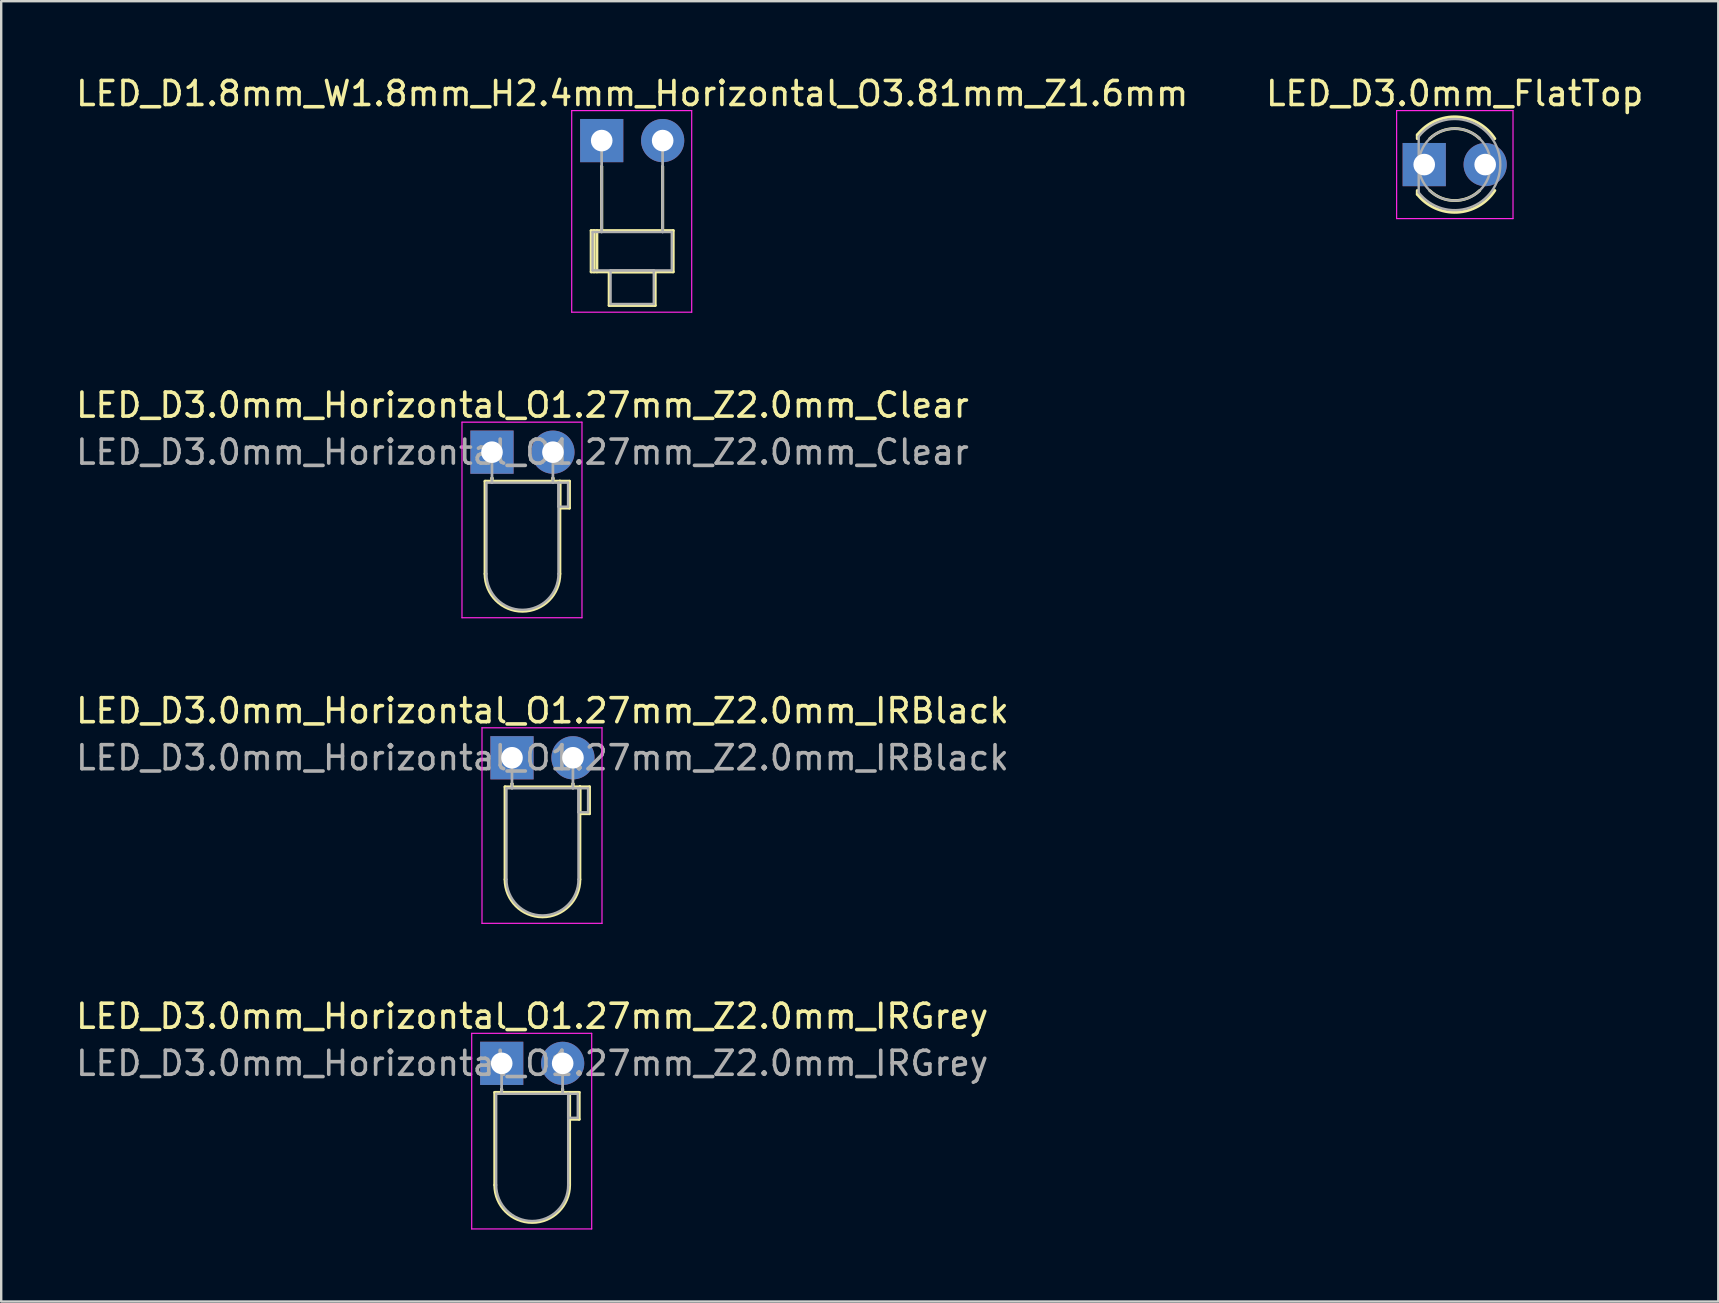
<source format=kicad_pcb>
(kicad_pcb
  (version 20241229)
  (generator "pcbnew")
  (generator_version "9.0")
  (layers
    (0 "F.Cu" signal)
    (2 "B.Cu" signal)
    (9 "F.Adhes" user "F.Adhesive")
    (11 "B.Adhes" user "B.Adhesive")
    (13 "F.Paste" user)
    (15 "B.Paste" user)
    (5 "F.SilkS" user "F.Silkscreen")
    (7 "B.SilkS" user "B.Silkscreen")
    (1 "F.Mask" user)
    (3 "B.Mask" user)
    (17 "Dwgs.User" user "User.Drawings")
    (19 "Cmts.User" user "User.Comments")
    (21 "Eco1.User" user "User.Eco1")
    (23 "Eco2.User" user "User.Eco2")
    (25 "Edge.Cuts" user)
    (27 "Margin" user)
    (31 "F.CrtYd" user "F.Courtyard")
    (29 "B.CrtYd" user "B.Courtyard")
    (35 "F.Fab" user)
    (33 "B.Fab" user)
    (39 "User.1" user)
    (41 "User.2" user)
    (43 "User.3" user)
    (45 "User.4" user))
  (footprint "LED_D1.8mm_W1.8mm_H2.4mm_Horizontal_O3.81mm_Z1.6mm"
    (layer "F.Cu")
    (at 22.022 2.808)
    (property "Reference" "LED_D1.8mm_W1.8mm_H2.4mm_Horizontal_O3.81mm_Z1.6mm" (at 1.27 -1.96 0) (layer "F.SilkS") (effects (font (size 1 1) (thickness 0.15))))
    (attr through_hole)
    (fp_line (start -0.44 3.75) (end -0.44 5.47) (stroke (width 0.12) (type solid)) (layer "F.SilkS"))
    (fp_line (start -0.44 5.47) (end 2.98 5.47) (stroke (width 0.12) (type solid)) (layer "F.SilkS"))
    (fp_line (start -0.32 3.75) (end -0.32 5.47) (stroke (width 0.12) (type solid)) (layer "F.SilkS"))
    (fp_line (start -0.2 3.75) (end -0.2 5.47) (stroke (width 0.12) (type solid)) (layer "F.SilkS"))
    (fp_line (start 0 1.08) (end 0 1.08) (stroke (width 0.12) (type solid)) (layer "F.SilkS"))
    (fp_line (start 0 1.08) (end 0 3.75) (stroke (width 0.12) (type solid)) (layer "F.SilkS"))
    (fp_line (start 0 3.75) (end 0 1.08) (stroke (width 0.12) (type solid)) (layer "F.SilkS"))
    (fp_line (start 0 3.75) (end 0 3.75) (stroke (width 0.12) (type solid)) (layer "F.SilkS"))
    (fp_line (start 0.31 5.47) (end 0.31 6.87) (stroke (width 0.12) (type solid)) (layer "F.SilkS"))
    (fp_line (start 0.31 6.87) (end 2.23 6.87) (stroke (width 0.12) (type solid)) (layer "F.SilkS"))
    (fp_line (start 2.23 5.47) (end 0.31 5.47) (stroke (width 0.12) (type solid)) (layer "F.SilkS"))
    (fp_line (start 2.23 6.87) (end 2.23 5.47) (stroke (width 0.12) (type solid)) (layer "F.SilkS"))
    (fp_line (start 2.54 1.08) (end 2.54 1.08) (stroke (width 0.12) (type solid)) (layer "F.SilkS"))
    (fp_line (start 2.54 1.08) (end 2.54 3.75) (stroke (width 0.12) (type solid)) (layer "F.SilkS"))
    (fp_line (start 2.54 3.75) (end 2.54 1.08) (stroke (width 0.12) (type solid)) (layer "F.SilkS"))
    (fp_line (start 2.54 3.75) (end 2.54 3.75) (stroke (width 0.12) (type solid)) (layer "F.SilkS"))
    (fp_line (start 2.98 3.75) (end -0.44 3.75) (stroke (width 0.12) (type solid)) (layer "F.SilkS"))
    (fp_line (start 2.98 5.47) (end 2.98 3.75) (stroke (width 0.12) (type solid)) (layer "F.SilkS"))
    (fp_line (start -1.25 -1.25) (end -1.25 7.15) (stroke (width 0.05) (type solid)) (layer "F.CrtYd"))
    (fp_line (start -1.25 7.15) (end 3.75 7.15) (stroke (width 0.05) (type solid)) (layer "F.CrtYd"))
    (fp_line (start 3.75 -1.25) (end -1.25 -1.25) (stroke (width 0.05) (type solid)) (layer "F.CrtYd"))
    (fp_line (start 3.75 7.15) (end 3.75 -1.25) (stroke (width 0.05) (type solid)) (layer "F.CrtYd"))
    (fp_line (start -0.38 3.81) (end -0.38 5.41) (stroke (width 0.1) (type solid)) (layer "F.Fab"))
    (fp_line (start -0.38 5.41) (end 2.92 5.41) (stroke (width 0.1) (type solid)) (layer "F.Fab"))
    (fp_line (start 0 0) (end 0 0) (stroke (width 0.1) (type solid)) (layer "F.Fab"))
    (fp_line (start 0 0) (end 0 3.81) (stroke (width 0.1) (type solid)) (layer "F.Fab"))
    (fp_line (start 0 3.81) (end 0 0) (stroke (width 0.1) (type solid)) (layer "F.Fab"))
    (fp_line (start 0 3.81) (end 0 3.81) (stroke (width 0.1) (type solid)) (layer "F.Fab"))
    (fp_line (start 0.37 5.41) (end 0.37 6.81) (stroke (width 0.1) (type solid)) (layer "F.Fab"))
    (fp_line (start 0.37 6.81) (end 2.17 6.81) (stroke (width 0.1) (type solid)) (layer "F.Fab"))
    (fp_line (start 2.17 5.41) (end 0.37 5.41) (stroke (width 0.1) (type solid)) (layer "F.Fab"))
    (fp_line (start 2.17 6.81) (end 2.17 5.41) (stroke (width 0.1) (type solid)) (layer "F.Fab"))
    (fp_line (start 2.54 0) (end 2.54 0) (stroke (width 0.1) (type solid)) (layer "F.Fab"))
    (fp_line (start 2.54 0) (end 2.54 3.81) (stroke (width 0.1) (type solid)) (layer "F.Fab"))
    (fp_line (start 2.54 3.81) (end 2.54 0) (stroke (width 0.1) (type solid)) (layer "F.Fab"))
    (fp_line (start 2.54 3.81) (end 2.54 3.81) (stroke (width 0.1) (type solid)) (layer "F.Fab"))
    (fp_line (start 2.92 3.81) (end -0.38 3.81) (stroke (width 0.1) (type solid)) (layer "F.Fab"))
    (fp_line (start 2.92 5.41) (end 2.92 3.81) (stroke (width 0.1) (type solid)) (layer "F.Fab"))
    (pad "1" thru_hole rect (at 0 0) (size 1.8 1.8) (drill 0.9) (layers "*.Cu" "*.Mask"))
    (pad "2" thru_hole circle (at 2.54 0) (size 1.8 1.8) (drill 0.9) (layers "*.Cu" "*.Mask")))
  (footprint "LED_D3.0mm_Horizontal_O1.27mm_Z2.0mm_Clear"
    (layer "F.Cu")
    (at 17.45 15.791)
    (property "Reference" "LED_D3.0mm_Horizontal_O1.27mm_Z2.0mm_Clear" (at 1.27 -1.96 0) (layer "F.SilkS") (effects (font (size 1 1) (thickness 0.15))))
    (attr through_hole)
    (fp_line (start -0.29 1.21) (end -0.29 5.07) (stroke (width 0.12) (type solid)) (layer "F.SilkS"))
    (fp_line (start -0.29 1.21) (end 2.83 1.21) (stroke (width 0.12) (type solid)) (layer "F.SilkS"))
    (fp_line (start 0 1.08) (end 0 1.08) (stroke (width 0.12) (type solid)) (layer "F.SilkS"))
    (fp_line (start 0 1.08) (end 0 1.21) (stroke (width 0.12) (type solid)) (layer "F.SilkS"))
    (fp_line (start 0 1.21) (end 0 1.08) (stroke (width 0.12) (type solid)) (layer "F.SilkS"))
    (fp_line (start 0 1.21) (end 0 1.21) (stroke (width 0.12) (type solid)) (layer "F.SilkS"))
    (fp_line (start 2.54 1.08) (end 2.54 1.08) (stroke (width 0.12) (type solid)) (layer "F.SilkS"))
    (fp_line (start 2.54 1.08) (end 2.54 1.21) (stroke (width 0.12) (type solid)) (layer "F.SilkS"))
    (fp_line (start 2.54 1.21) (end 2.54 1.08) (stroke (width 0.12) (type solid)) (layer "F.SilkS"))
    (fp_line (start 2.54 1.21) (end 2.54 1.21) (stroke (width 0.12) (type solid)) (layer "F.SilkS"))
    (fp_line (start 2.83 1.21) (end 2.83 5.07) (stroke (width 0.12) (type solid)) (layer "F.SilkS"))
    (fp_line (start 2.83 1.21) (end 3.23 1.21) (stroke (width 0.12) (type solid)) (layer "F.SilkS"))
    (fp_line (start 2.83 2.33) (end 2.83 1.21) (stroke (width 0.12) (type solid)) (layer "F.SilkS"))
    (fp_line (start 3.23 1.21) (end 3.23 2.33) (stroke (width 0.12) (type solid)) (layer "F.SilkS"))
    (fp_line (start 3.23 2.33) (end 2.83 2.33) (stroke (width 0.12) (type solid)) (layer "F.SilkS"))
    (fp_arc (start 2.83 5.07) (mid 1.27 6.63) (end -0.29 5.07) (stroke (width 0.12) (type solid)) (layer "F.SilkS"))
    (fp_line (start -1.25 -1.25) (end -1.25 6.9) (stroke (width 0.05) (type solid)) (layer "F.CrtYd"))
    (fp_line (start -1.25 6.9) (end 3.75 6.9) (stroke (width 0.05) (type solid)) (layer "F.CrtYd"))
    (fp_line (start 3.75 -1.25) (end -1.25 -1.25) (stroke (width 0.05) (type solid)) (layer "F.CrtYd"))
    (fp_line (start 3.75 6.9) (end 3.75 -1.25) (stroke (width 0.05) (type solid)) (layer "F.CrtYd"))
    (fp_line (start -0.23 1.27) (end -0.23 5.07) (stroke (width 0.1) (type solid)) (layer "F.Fab"))
    (fp_line (start -0.23 1.27) (end 2.77 1.27) (stroke (width 0.1) (type solid)) (layer "F.Fab"))
    (fp_line (start 0 0) (end 0 0) (stroke (width 0.1) (type solid)) (layer "F.Fab"))
    (fp_line (start 0 0) (end 0 1.27) (stroke (width 0.1) (type solid)) (layer "F.Fab"))
    (fp_line (start 0 1.27) (end 0 0) (stroke (width 0.1) (type solid)) (layer "F.Fab"))
    (fp_line (start 0 1.27) (end 0 1.27) (stroke (width 0.1) (type solid)) (layer "F.Fab"))
    (fp_line (start 2.54 0) (end 2.54 0) (stroke (width 0.1) (type solid)) (layer "F.Fab"))
    (fp_line (start 2.54 0) (end 2.54 1.27) (stroke (width 0.1) (type solid)) (layer "F.Fab"))
    (fp_line (start 2.54 1.27) (end 2.54 0) (stroke (width 0.1) (type solid)) (layer "F.Fab"))
    (fp_line (start 2.54 1.27) (end 2.54 1.27) (stroke (width 0.1) (type solid)) (layer "F.Fab"))
    (fp_line (start 2.77 1.27) (end 2.77 5.07) (stroke (width 0.1) (type solid)) (layer "F.Fab"))
    (fp_line (start 2.77 1.27) (end 3.17 1.27) (stroke (width 0.1) (type solid)) (layer "F.Fab"))
    (fp_line (start 2.77 2.27) (end 2.77 1.27) (stroke (width 0.1) (type solid)) (layer "F.Fab"))
    (fp_line (start 3.17 1.27) (end 3.17 2.27) (stroke (width 0.1) (type solid)) (layer "F.Fab"))
    (fp_line (start 3.17 2.27) (end 2.77 2.27) (stroke (width 0.1) (type solid)) (layer "F.Fab"))
    (fp_arc (start 2.77 5.07) (mid 1.27 6.57) (end -0.23 5.07) (stroke (width 0.1) (type solid)) (layer "F.Fab"))
    (fp_text user "${REFERENCE}" (at 1.27 0 0) (layer "F.Fab") (effects (font (size 1 1) (thickness 0.15))))
    (pad "1" thru_hole rect (at 0 0) (size 1.8 1.8) (drill 0.9) (layers "*.Cu" "*.Mask"))
    (pad "2" thru_hole circle (at 2.54 0) (size 1.8 1.8) (drill 0.9) (layers "*.Cu" "*.Mask")))
  (footprint "LED_D3.0mm_Horizontal_O1.27mm_Z2.0mm_IRBlack"
    (layer "F.Cu")
    (at 18.284 28.525)
    (property "Reference" "LED_D3.0mm_Horizontal_O1.27mm_Z2.0mm_IRBlack" (at 1.27 -1.96 0) (layer "F.SilkS") (effects (font (size 1 1) (thickness 0.15))))
    (attr through_hole)
    (fp_line (start -0.29 1.21) (end -0.29 5.07) (stroke (width 0.12) (type solid)) (layer "F.SilkS"))
    (fp_line (start -0.29 1.21) (end 2.83 1.21) (stroke (width 0.12) (type solid)) (layer "F.SilkS"))
    (fp_line (start 0 1.08) (end 0 1.08) (stroke (width 0.12) (type solid)) (layer "F.SilkS"))
    (fp_line (start 0 1.08) (end 0 1.21) (stroke (width 0.12) (type solid)) (layer "F.SilkS"))
    (fp_line (start 0 1.21) (end 0 1.08) (stroke (width 0.12) (type solid)) (layer "F.SilkS"))
    (fp_line (start 0 1.21) (end 0 1.21) (stroke (width 0.12) (type solid)) (layer "F.SilkS"))
    (fp_line (start 2.54 1.08) (end 2.54 1.08) (stroke (width 0.12) (type solid)) (layer "F.SilkS"))
    (fp_line (start 2.54 1.08) (end 2.54 1.21) (stroke (width 0.12) (type solid)) (layer "F.SilkS"))
    (fp_line (start 2.54 1.21) (end 2.54 1.08) (stroke (width 0.12) (type solid)) (layer "F.SilkS"))
    (fp_line (start 2.54 1.21) (end 2.54 1.21) (stroke (width 0.12) (type solid)) (layer "F.SilkS"))
    (fp_line (start 2.83 1.21) (end 2.83 5.07) (stroke (width 0.12) (type solid)) (layer "F.SilkS"))
    (fp_line (start 2.83 1.21) (end 3.23 1.21) (stroke (width 0.12) (type solid)) (layer "F.SilkS"))
    (fp_line (start 2.83 2.33) (end 2.83 1.21) (stroke (width 0.12) (type solid)) (layer "F.SilkS"))
    (fp_line (start 3.23 1.21) (end 3.23 2.33) (stroke (width 0.12) (type solid)) (layer "F.SilkS"))
    (fp_line (start 3.23 2.33) (end 2.83 2.33) (stroke (width 0.12) (type solid)) (layer "F.SilkS"))
    (fp_arc (start 2.83 5.07) (mid 1.27 6.63) (end -0.29 5.07) (stroke (width 0.12) (type solid)) (layer "F.SilkS"))
    (fp_line (start -1.25 -1.25) (end -1.25 6.9) (stroke (width 0.05) (type solid)) (layer "F.CrtYd"))
    (fp_line (start -1.25 6.9) (end 3.75 6.9) (stroke (width 0.05) (type solid)) (layer "F.CrtYd"))
    (fp_line (start 3.75 -1.25) (end -1.25 -1.25) (stroke (width 0.05) (type solid)) (layer "F.CrtYd"))
    (fp_line (start 3.75 6.9) (end 3.75 -1.25) (stroke (width 0.05) (type solid)) (layer "F.CrtYd"))
    (fp_line (start -0.23 1.27) (end -0.23 5.07) (stroke (width 0.1) (type solid)) (layer "F.Fab"))
    (fp_line (start -0.23 1.27) (end 2.77 1.27) (stroke (width 0.1) (type solid)) (layer "F.Fab"))
    (fp_line (start 0 0) (end 0 0) (stroke (width 0.1) (type solid)) (layer "F.Fab"))
    (fp_line (start 0 0) (end 0 1.27) (stroke (width 0.1) (type solid)) (layer "F.Fab"))
    (fp_line (start 0 1.27) (end 0 0) (stroke (width 0.1) (type solid)) (layer "F.Fab"))
    (fp_line (start 0 1.27) (end 0 1.27) (stroke (width 0.1) (type solid)) (layer "F.Fab"))
    (fp_line (start 2.54 0) (end 2.54 0) (stroke (width 0.1) (type solid)) (layer "F.Fab"))
    (fp_line (start 2.54 0) (end 2.54 1.27) (stroke (width 0.1) (type solid)) (layer "F.Fab"))
    (fp_line (start 2.54 1.27) (end 2.54 0) (stroke (width 0.1) (type solid)) (layer "F.Fab"))
    (fp_line (start 2.54 1.27) (end 2.54 1.27) (stroke (width 0.1) (type solid)) (layer "F.Fab"))
    (fp_line (start 2.77 1.27) (end 2.77 5.07) (stroke (width 0.1) (type solid)) (layer "F.Fab"))
    (fp_line (start 2.77 1.27) (end 3.17 1.27) (stroke (width 0.1) (type solid)) (layer "F.Fab"))
    (fp_line (start 2.77 2.27) (end 2.77 1.27) (stroke (width 0.1) (type solid)) (layer "F.Fab"))
    (fp_line (start 3.17 1.27) (end 3.17 2.27) (stroke (width 0.1) (type solid)) (layer "F.Fab"))
    (fp_line (start 3.17 2.27) (end 2.77 2.27) (stroke (width 0.1) (type solid)) (layer "F.Fab"))
    (fp_arc (start 2.77 5.07) (mid 1.27 6.57) (end -0.23 5.07) (stroke (width 0.1) (type solid)) (layer "F.Fab"))
    (fp_text user "${REFERENCE}" (at 1.27 0 0) (layer "F.Fab") (effects (font (size 1 1) (thickness 0.15))))
    (pad "1" thru_hole rect (at 0 0) (size 1.8 1.8) (drill 0.9) (layers "*.Cu" "*.Mask"))
    (pad "2" thru_hole circle (at 2.54 0) (size 1.8 1.8) (drill 0.9) (layers "*.Cu" "*.Mask")))
  (footprint "LED_D3.0mm_Horizontal_O1.27mm_Z2.0mm_IRGrey"
    (layer "F.Cu")
    (at 17.855 41.258)
    (property "Reference" "LED_D3.0mm_Horizontal_O1.27mm_Z2.0mm_IRGrey" (at 1.27 -1.96 0) (layer "F.SilkS") (effects (font (size 1 1) (thickness 0.15))))
    (attr through_hole)
    (fp_line (start -0.29 1.21) (end -0.29 5.07) (stroke (width 0.12) (type solid)) (layer "F.SilkS"))
    (fp_line (start -0.29 1.21) (end 2.83 1.21) (stroke (width 0.12) (type solid)) (layer "F.SilkS"))
    (fp_line (start 0 1.08) (end 0 1.08) (stroke (width 0.12) (type solid)) (layer "F.SilkS"))
    (fp_line (start 0 1.08) (end 0 1.21) (stroke (width 0.12) (type solid)) (layer "F.SilkS"))
    (fp_line (start 0 1.21) (end 0 1.08) (stroke (width 0.12) (type solid)) (layer "F.SilkS"))
    (fp_line (start 0 1.21) (end 0 1.21) (stroke (width 0.12) (type solid)) (layer "F.SilkS"))
    (fp_line (start 2.54 1.08) (end 2.54 1.08) (stroke (width 0.12) (type solid)) (layer "F.SilkS"))
    (fp_line (start 2.54 1.08) (end 2.54 1.21) (stroke (width 0.12) (type solid)) (layer "F.SilkS"))
    (fp_line (start 2.54 1.21) (end 2.54 1.08) (stroke (width 0.12) (type solid)) (layer "F.SilkS"))
    (fp_line (start 2.54 1.21) (end 2.54 1.21) (stroke (width 0.12) (type solid)) (layer "F.SilkS"))
    (fp_line (start 2.83 1.21) (end 2.83 5.07) (stroke (width 0.12) (type solid)) (layer "F.SilkS"))
    (fp_line (start 2.83 1.21) (end 3.23 1.21) (stroke (width 0.12) (type solid)) (layer "F.SilkS"))
    (fp_line (start 2.83 2.33) (end 2.83 1.21) (stroke (width 0.12) (type solid)) (layer "F.SilkS"))
    (fp_line (start 3.23 1.21) (end 3.23 2.33) (stroke (width 0.12) (type solid)) (layer "F.SilkS"))
    (fp_line (start 3.23 2.33) (end 2.83 2.33) (stroke (width 0.12) (type solid)) (layer "F.SilkS"))
    (fp_arc (start 2.83 5.07) (mid 1.27 6.63) (end -0.29 5.07) (stroke (width 0.12) (type solid)) (layer "F.SilkS"))
    (fp_line (start -1.25 -1.25) (end -1.25 6.9) (stroke (width 0.05) (type solid)) (layer "F.CrtYd"))
    (fp_line (start -1.25 6.9) (end 3.75 6.9) (stroke (width 0.05) (type solid)) (layer "F.CrtYd"))
    (fp_line (start 3.75 -1.25) (end -1.25 -1.25) (stroke (width 0.05) (type solid)) (layer "F.CrtYd"))
    (fp_line (start 3.75 6.9) (end 3.75 -1.25) (stroke (width 0.05) (type solid)) (layer "F.CrtYd"))
    (fp_line (start -0.23 1.27) (end -0.23 5.07) (stroke (width 0.1) (type solid)) (layer "F.Fab"))
    (fp_line (start -0.23 1.27) (end 2.77 1.27) (stroke (width 0.1) (type solid)) (layer "F.Fab"))
    (fp_line (start 0 0) (end 0 0) (stroke (width 0.1) (type solid)) (layer "F.Fab"))
    (fp_line (start 0 0) (end 0 1.27) (stroke (width 0.1) (type solid)) (layer "F.Fab"))
    (fp_line (start 0 1.27) (end 0 0) (stroke (width 0.1) (type solid)) (layer "F.Fab"))
    (fp_line (start 0 1.27) (end 0 1.27) (stroke (width 0.1) (type solid)) (layer "F.Fab"))
    (fp_line (start 2.54 0) (end 2.54 0) (stroke (width 0.1) (type solid)) (layer "F.Fab"))
    (fp_line (start 2.54 0) (end 2.54 1.27) (stroke (width 0.1) (type solid)) (layer "F.Fab"))
    (fp_line (start 2.54 1.27) (end 2.54 0) (stroke (width 0.1) (type solid)) (layer "F.Fab"))
    (fp_line (start 2.54 1.27) (end 2.54 1.27) (stroke (width 0.1) (type solid)) (layer "F.Fab"))
    (fp_line (start 2.77 1.27) (end 2.77 5.07) (stroke (width 0.1) (type solid)) (layer "F.Fab"))
    (fp_line (start 2.77 1.27) (end 3.17 1.27) (stroke (width 0.1) (type solid)) (layer "F.Fab"))
    (fp_line (start 2.77 2.27) (end 2.77 1.27) (stroke (width 0.1) (type solid)) (layer "F.Fab"))
    (fp_line (start 3.17 1.27) (end 3.17 2.27) (stroke (width 0.1) (type solid)) (layer "F.Fab"))
    (fp_line (start 3.17 2.27) (end 2.77 2.27) (stroke (width 0.1) (type solid)) (layer "F.Fab"))
    (fp_arc (start 2.77 5.07) (mid 1.27 6.57) (end -0.23 5.07) (stroke (width 0.1) (type solid)) (layer "F.Fab"))
    (fp_text user "${REFERENCE}" (at 1.27 0 0) (layer "F.Fab") (effects (font (size 1 1) (thickness 0.15))))
    (pad "1" thru_hole rect (at 0 0) (size 1.8 1.8) (drill 0.9) (layers "*.Cu" "*.Mask"))
    (pad "2" thru_hole circle (at 2.54 0) (size 1.8 1.8) (drill 0.9) (layers "*.Cu" "*.Mask")))
  (footprint "LED_D3.0mm_FlatTop"
    (layer "F.Cu")
    (at 56.295 3.808)
    (property "Reference" "LED_D3.0mm_FlatTop" (at 1.27 -2.96 0) (layer "F.SilkS") (effects (font (size 1 1) (thickness 0.15))))
    (attr through_hole)
    (fp_line (start -0.29 -1.236) (end -0.29 -1.08) (stroke (width 0.12) (type solid)) (layer "F.SilkS"))
    (fp_line (start -0.29 1.08) (end -0.29 1.236) (stroke (width 0.12) (type solid)) (layer "F.SilkS"))
    (fp_arc (start -0.29 -1.235516) (mid 1.366487 -1.987659) (end 2.942335 -1.078608) (stroke (width 0.12) (type solid)) (layer "F.SilkS"))
    (fp_arc (start 0.229039 -1.08) (mid 1.270117 -1.5) (end 2.31113 -1.079837) (stroke (width 0.12) (type solid)) (layer "F.SilkS"))
    (fp_arc (start 2.31113 1.079837) (mid 1.270117 1.5) (end 0.229039 1.08) (stroke (width 0.12) (type solid)) (layer "F.SilkS"))
    (fp_arc (start 2.942335 1.078608) (mid 1.366487 1.987659) (end -0.29 1.235516) (stroke (width 0.12) (type solid)) (layer "F.SilkS"))
    (fp_line (start -1.15 -2.25) (end -1.15 2.25) (stroke (width 0.05) (type solid)) (layer "F.CrtYd"))
    (fp_line (start -1.15 2.25) (end 3.7 2.25) (stroke (width 0.05) (type solid)) (layer "F.CrtYd"))
    (fp_line (start 3.7 -2.25) (end -1.15 -2.25) (stroke (width 0.05) (type solid)) (layer "F.CrtYd"))
    (fp_line (start 3.7 2.25) (end 3.7 -2.25) (stroke (width 0.05) (type solid)) (layer "F.CrtYd"))
    (fp_line (start -0.23 -1.166) (end -0.23 1.166) (stroke (width 0.1) (type solid)) (layer "F.Fab"))
    (fp_arc (start -0.23 -1.16619) (mid 3.17 0.000452) (end -0.230555 1.165476) (stroke (width 0.1) (type solid)) (layer "F.Fab"))
    (fp_circle (center 1.27 0) (end 2.77 0) (stroke (width 0.1) (type solid)) (fill no) (layer "F.Fab"))
    (pad "1" thru_hole rect (at 0 0) (size 1.8 1.8) (drill 0.9) (layers "*.Cu" "*.Mask"))
    (pad "2" thru_hole circle (at 2.54 0) (size 1.8 1.8) (drill 0.9) (layers "*.Cu" "*.Mask")))
  (gr_rect
    (start -3 -3)
    (end 68.548 51.183)
    (stroke (width 0.1) (type default))
    (fill no)
    (layer "Edge.Cuts")))
</source>
